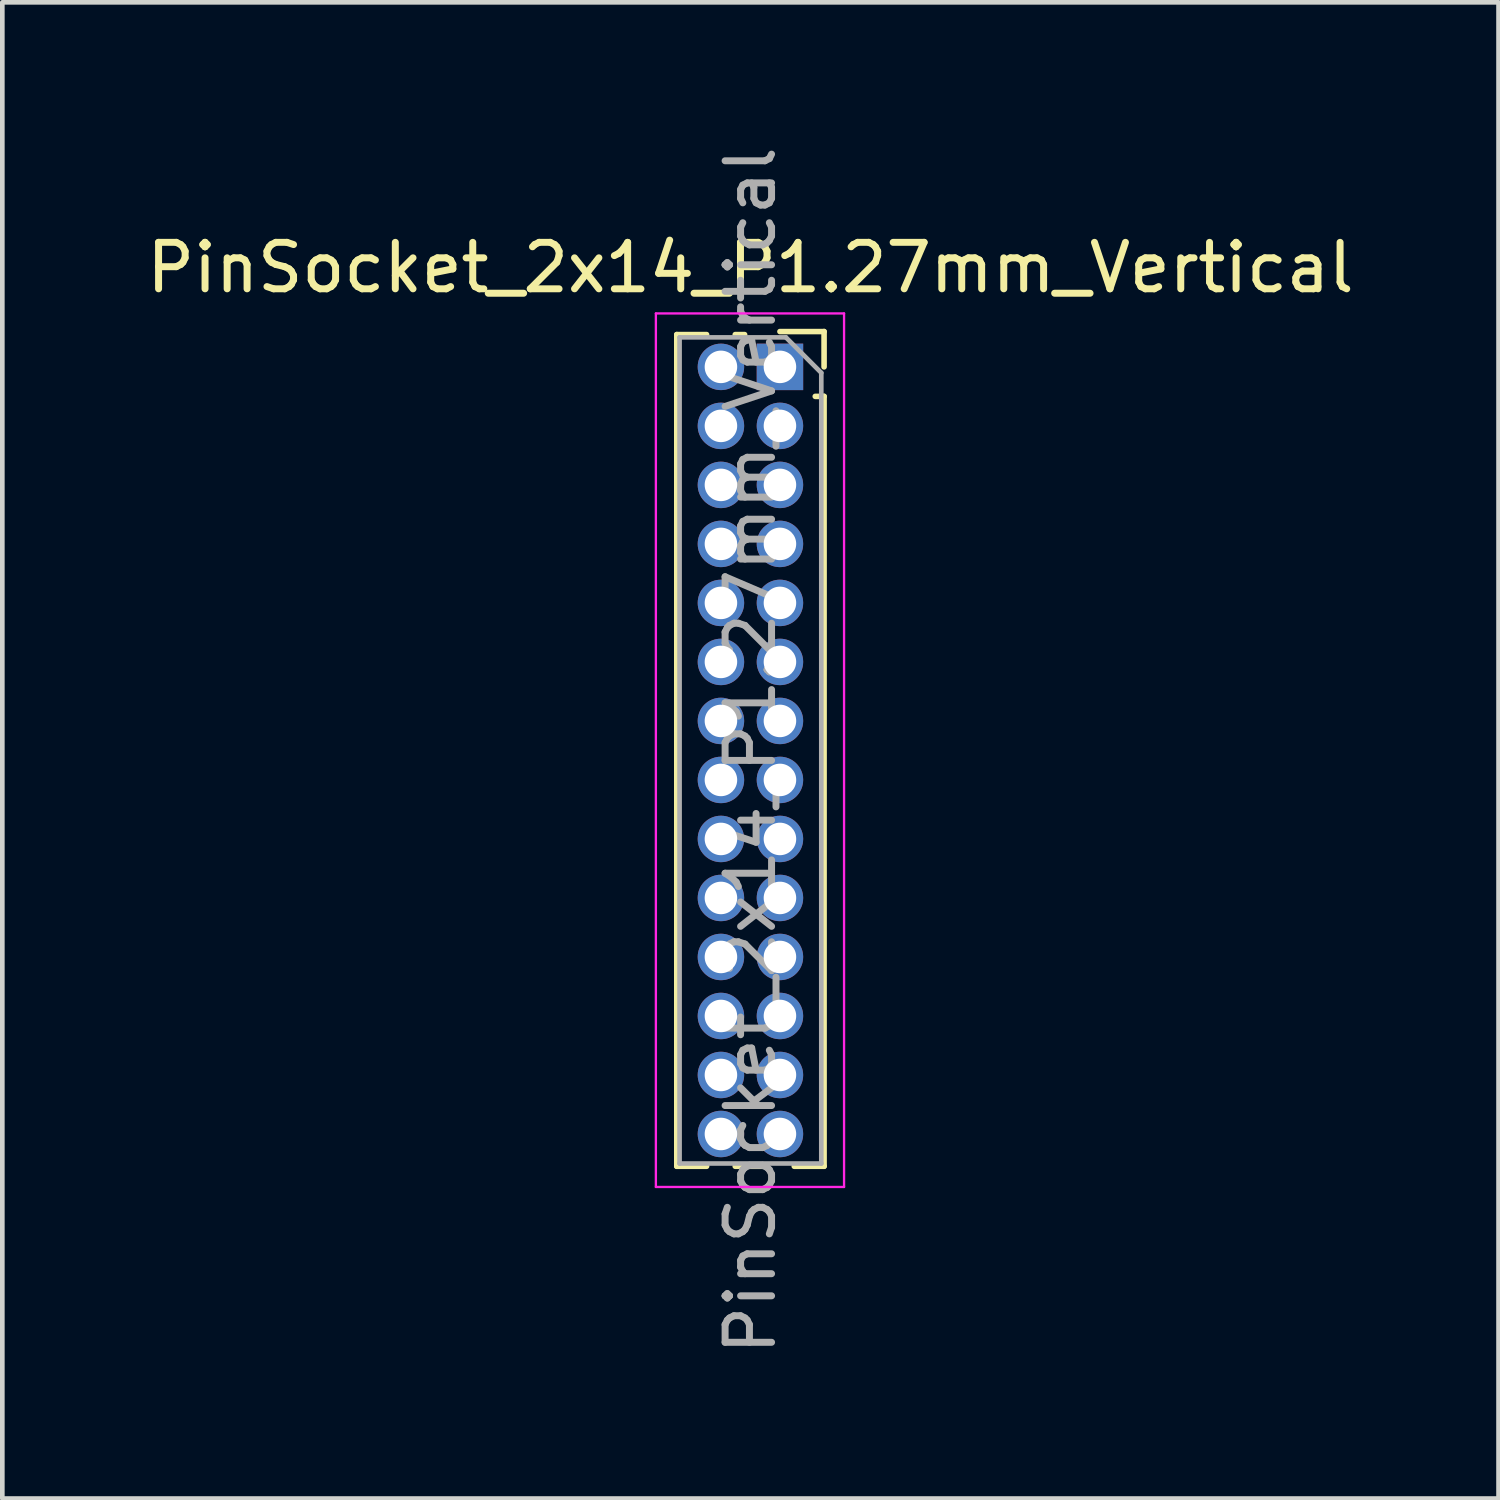
<source format=kicad_pcb>
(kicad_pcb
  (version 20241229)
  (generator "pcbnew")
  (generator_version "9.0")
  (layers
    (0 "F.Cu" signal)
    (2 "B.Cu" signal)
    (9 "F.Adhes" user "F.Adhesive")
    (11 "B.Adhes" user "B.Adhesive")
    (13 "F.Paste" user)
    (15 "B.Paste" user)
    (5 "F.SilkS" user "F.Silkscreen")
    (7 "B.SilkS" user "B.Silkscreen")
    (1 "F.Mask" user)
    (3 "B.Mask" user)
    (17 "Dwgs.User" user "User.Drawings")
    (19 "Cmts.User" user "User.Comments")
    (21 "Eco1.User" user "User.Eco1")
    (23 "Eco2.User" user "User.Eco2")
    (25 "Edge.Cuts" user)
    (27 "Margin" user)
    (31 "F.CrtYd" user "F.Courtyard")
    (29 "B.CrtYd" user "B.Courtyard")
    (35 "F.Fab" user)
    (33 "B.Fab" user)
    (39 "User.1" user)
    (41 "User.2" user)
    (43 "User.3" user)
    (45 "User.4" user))
  (footprint "PinSocket_2x14_P1.27mm_Vertical"
    (layer "F.Cu")
    (at 13.736 4.846)
    (property "Reference" "PinSocket_2x14_P1.27mm_Vertical" (at -0.635 -2.135 0) (layer "F.SilkS") (effects (font (size 1 1) (thickness 0.15))))
    (attr through_hole)
    (fp_line (start -2.22 -0.695) (end -2.22 17.205) (stroke (width 0.12) (type solid)) (layer "F.SilkS"))
    (fp_line (start -2.22 -0.695) (end -1.578 -0.695) (stroke (width 0.12) (type solid)) (layer "F.SilkS"))
    (fp_line (start -2.22 17.205) (end -1.578 17.205) (stroke (width 0.12) (type solid)) (layer "F.SilkS"))
    (fp_line (start -0.962 -0.695) (end -0.76 -0.695) (stroke (width 0.12) (type solid)) (layer "F.SilkS"))
    (fp_line (start -0.962 17.205) (end -0.308 17.205) (stroke (width 0.12) (type solid)) (layer "F.SilkS"))
    (fp_line (start 0 -0.76) (end 0.95 -0.76) (stroke (width 0.12) (type solid)) (layer "F.SilkS"))
    (fp_line (start 0.308 17.205) (end 0.95 17.205) (stroke (width 0.12) (type solid)) (layer "F.SilkS"))
    (fp_line (start 0.76 0.635) (end 0.95 0.635) (stroke (width 0.12) (type solid)) (layer "F.SilkS"))
    (fp_line (start 0.95 -0.76) (end 0.95 0) (stroke (width 0.12) (type solid)) (layer "F.SilkS"))
    (fp_line (start 0.95 0.635) (end 0.95 17.205) (stroke (width 0.12) (type solid)) (layer "F.SilkS"))
    (fp_line (start -2.67 -1.15) (end 1.38 -1.15) (stroke (width 0.05) (type solid)) (layer "F.CrtYd"))
    (fp_line (start -2.67 17.65) (end -2.67 -1.15) (stroke (width 0.05) (type solid)) (layer "F.CrtYd"))
    (fp_line (start 1.38 -1.15) (end 1.38 17.65) (stroke (width 0.05) (type solid)) (layer "F.CrtYd"))
    (fp_line (start 1.38 17.65) (end -2.67 17.65) (stroke (width 0.05) (type solid)) (layer "F.CrtYd"))
    (fp_line (start -2.16 -0.635) (end 0.128 -0.635) (stroke (width 0.1) (type solid)) (layer "F.Fab"))
    (fp_line (start -2.16 17.145) (end -2.16 -0.635) (stroke (width 0.1) (type solid)) (layer "F.Fab"))
    (fp_line (start 0.128 -0.635) (end 0.89 0.128) (stroke (width 0.1) (type solid)) (layer "F.Fab"))
    (fp_line (start 0.89 0.128) (end 0.89 17.145) (stroke (width 0.1) (type solid)) (layer "F.Fab"))
    (fp_line (start 0.89 17.145) (end -2.16 17.145) (stroke (width 0.1) (type solid)) (layer "F.Fab"))
    (fp_text user "${REFERENCE}" (at -0.635 8.255 90) (layer "F.Fab") (effects (font (size 1 1) (thickness 0.15))))
    (pad "1" thru_hole rect (at 0 0) (size 1 1) (drill 0.7) (layers "*.Cu" "*.Mask"))
    (pad "2" thru_hole circle (at -1.27 0) (size 1 1) (drill 0.7) (layers "*.Cu" "*.Mask"))
    (pad "3" thru_hole circle (at 0 1.27) (size 1 1) (drill 0.7) (layers "*.Cu" "*.Mask"))
    (pad "4" thru_hole circle (at -1.27 1.27) (size 1 1) (drill 0.7) (layers "*.Cu" "*.Mask"))
    (pad "5" thru_hole circle (at 0 2.54) (size 1 1) (drill 0.7) (layers "*.Cu" "*.Mask"))
    (pad "6" thru_hole circle (at -1.27 2.54) (size 1 1) (drill 0.7) (layers "*.Cu" "*.Mask"))
    (pad "7" thru_hole circle (at 0 3.81) (size 1 1) (drill 0.7) (layers "*.Cu" "*.Mask"))
    (pad "8" thru_hole circle (at -1.27 3.81) (size 1 1) (drill 0.7) (layers "*.Cu" "*.Mask"))
    (pad "9" thru_hole circle (at 0 5.08) (size 1 1) (drill 0.7) (layers "*.Cu" "*.Mask"))
    (pad "10" thru_hole circle (at -1.27 5.08) (size 1 1) (drill 0.7) (layers "*.Cu" "*.Mask"))
    (pad "11" thru_hole circle (at 0 6.35) (size 1 1) (drill 0.7) (layers "*.Cu" "*.Mask"))
    (pad "12" thru_hole circle (at -1.27 6.35) (size 1 1) (drill 0.7) (layers "*.Cu" "*.Mask"))
    (pad "13" thru_hole circle (at 0 7.62) (size 1 1) (drill 0.7) (layers "*.Cu" "*.Mask"))
    (pad "14" thru_hole circle (at -1.27 7.62) (size 1 1) (drill 0.7) (layers "*.Cu" "*.Mask"))
    (pad "15" thru_hole circle (at 0 8.89) (size 1 1) (drill 0.7) (layers "*.Cu" "*.Mask"))
    (pad "16" thru_hole circle (at -1.27 8.89) (size 1 1) (drill 0.7) (layers "*.Cu" "*.Mask"))
    (pad "17" thru_hole circle (at 0 10.16) (size 1 1) (drill 0.7) (layers "*.Cu" "*.Mask"))
    (pad "18" thru_hole circle (at -1.27 10.16) (size 1 1) (drill 0.7) (layers "*.Cu" "*.Mask"))
    (pad "19" thru_hole circle (at 0 11.43) (size 1 1) (drill 0.7) (layers "*.Cu" "*.Mask"))
    (pad "20" thru_hole circle (at -1.27 11.43) (size 1 1) (drill 0.7) (layers "*.Cu" "*.Mask"))
    (pad "21" thru_hole circle (at 0 12.7) (size 1 1) (drill 0.7) (layers "*.Cu" "*.Mask"))
    (pad "22" thru_hole circle (at -1.27 12.7) (size 1 1) (drill 0.7) (layers "*.Cu" "*.Mask"))
    (pad "23" thru_hole circle (at 0 13.97) (size 1 1) (drill 0.7) (layers "*.Cu" "*.Mask"))
    (pad "24" thru_hole circle (at -1.27 13.97) (size 1 1) (drill 0.7) (layers "*.Cu" "*.Mask"))
    (pad "25" thru_hole circle (at 0 15.24) (size 1 1) (drill 0.7) (layers "*.Cu" "*.Mask"))
    (pad "26" thru_hole circle (at -1.27 15.24) (size 1 1) (drill 0.7) (layers "*.Cu" "*.Mask"))
    (pad "27" thru_hole circle (at 0 16.51) (size 1 1) (drill 0.7) (layers "*.Cu" "*.Mask"))
    (pad "28" thru_hole circle (at -1.27 16.51) (size 1 1) (drill 0.7) (layers "*.Cu" "*.Mask")))
  (gr_rect
    (start -3 -3)
    (end 29.202 29.202)
    (stroke (width 0.1) (type default))
    (fill no)
    (layer "Edge.Cuts")))
</source>
